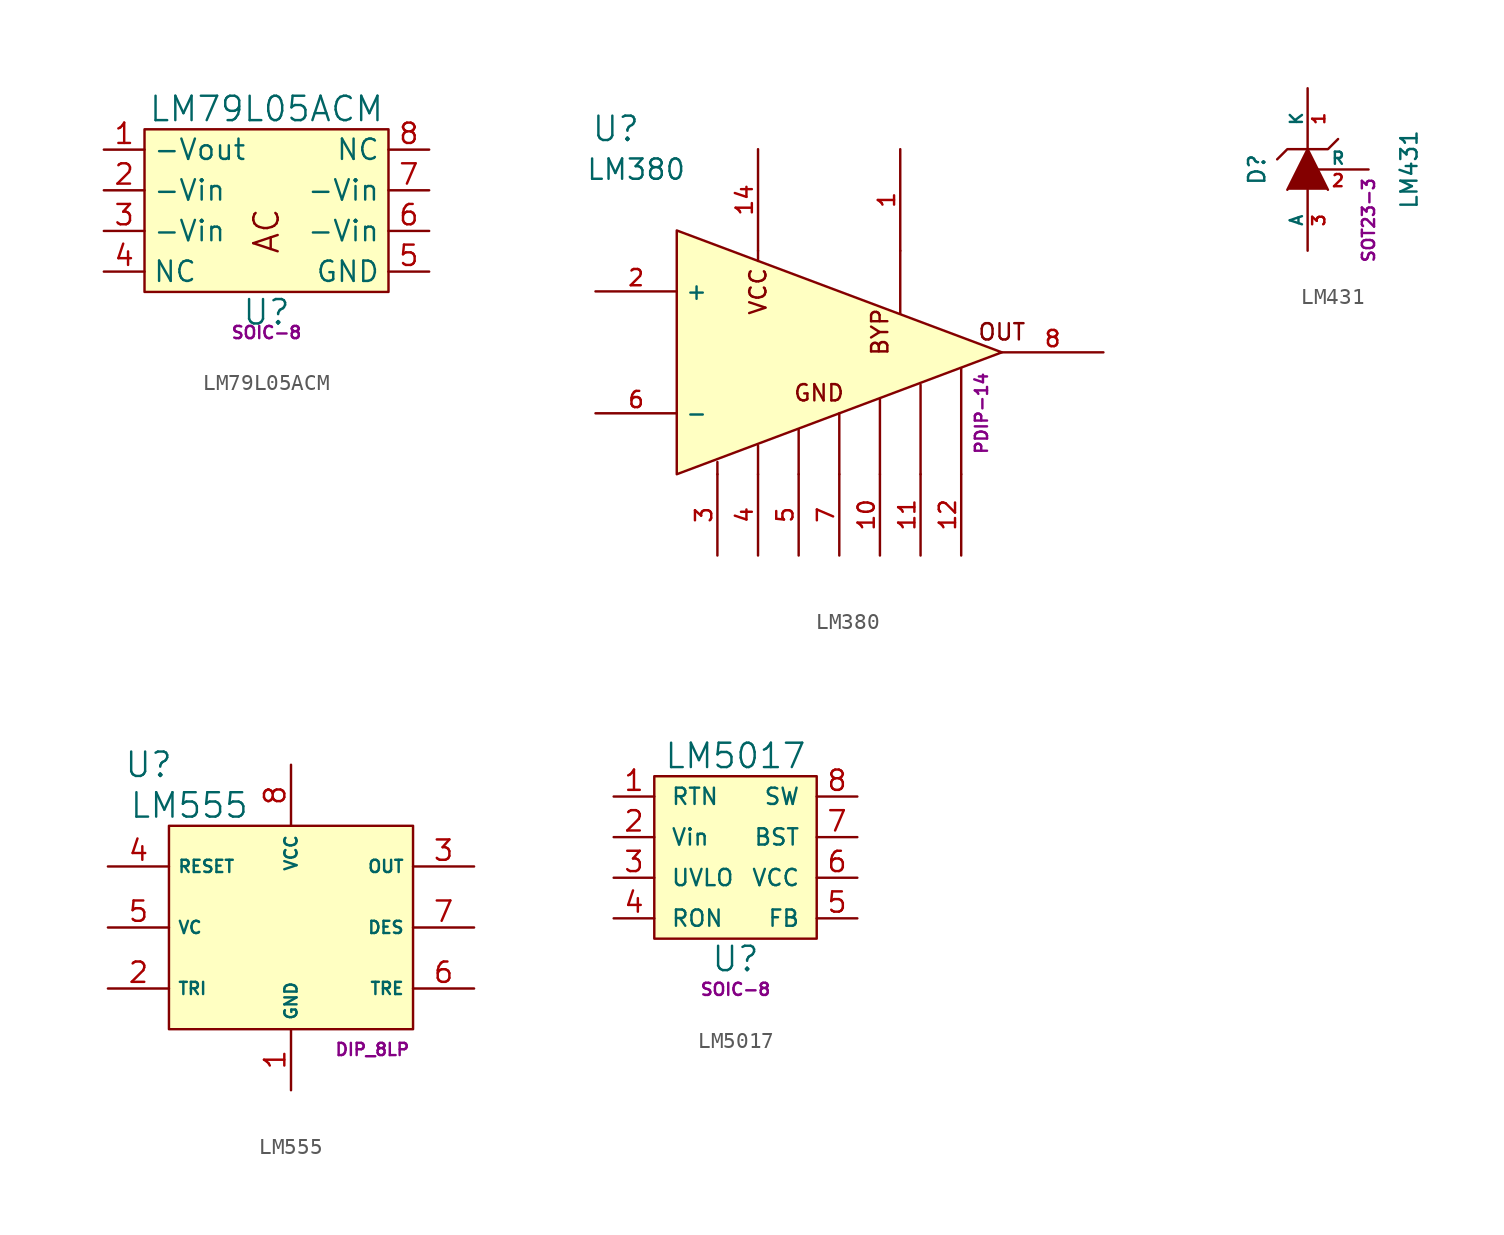
<source format=kicad_sym>
(kicad_symbol_lib
  (version 20220914)
  (generator kicad_symbol_editor)
  (symbol "LM79L05ACM"
    (property "Reference" "U"
      (at 0 -6.35 0)
      (effects (font (size 1.524 1.524))))
    (property "Value" "LM79L05ACM"
      (at 0 6.35 0)
      (effects (font (size 1.524 1.524))))
    (property "Footprint" "SOIC-8"
      (at 0 -7.62 0)
      (effects (font (size 0.762 0.762))))
    (property "Datasheet" ""
      (at 0 0 0)
      (effects (font (size 1.524 1.524))))
    (symbol "LM79L05ACM_0_0"
      (text "AC" (at 0 -1.27 900) (effects (font (size 1.524 1.524)))))
    (symbol "LM79L05ACM_0_1"
      (rectangle (start -7.62 5.08) (end 7.62 -5.08) (stroke (width 0) (type default)) (fill (type background))))
    (symbol "LM79L05ACM_1_1"
      (pin input line (at -10.16 3.81 0) (length 2.54) (name "-Vout" (effects (font (size 1.27 1.27)))) (number "1" (effects (font (size 1.27 1.27)))))
      (pin passive line (at -10.16 1.27 0) (length 2.54) (name "-Vin" (effects (font (size 1.27 1.27)))) (number "2" (effects (font (size 1.27 1.27)))))
      (pin input line (at -10.16 -1.27 0) (length 2.54) (name "-Vin" (effects (font (size 1.27 1.27)))) (number "3" (effects (font (size 1.27 1.27)))))
      (pin input line (at -10.16 -3.81 0) (length 2.54) (name "NC" (effects (font (size 1.27 1.27)))) (number "4" (effects (font (size 1.27 1.27)))))
      (pin input line (at 10.16 -3.81 180) (length 2.54) (name "GND" (effects (font (size 1.27 1.27)))) (number "5" (effects (font (size 1.27 1.27)))))
      (pin input line (at 10.16 -1.27 180) (length 2.54) (name "-Vin" (effects (font (size 1.27 1.27)))) (number "6" (effects (font (size 1.27 1.27)))))
      (pin input line (at 10.16 1.27 180) (length 2.54) (name "-Vin" (effects (font (size 1.27 1.27)))) (number "7" (effects (font (size 1.27 1.27)))))
      (pin input line (at 10.16 3.81 180) (length 2.54) (name "NC" (effects (font (size 1.27 1.27)))) (number "8" (effects (font (size 1.27 1.27)))))))
  (symbol "LM380"
    (property "Reference" "U"
      (at -13.97 13.97 0)
      (effects (font (size 1.524 1.524))))
    (property "Value" "LM380"
      (at -12.7 11.43 0)
      (effects (font (size 1.27 1.27))))
    (property "Footprint" "PDIP-14"
      (at 8.89 -3.81 90)
      (effects (font (size 0.762 0.762))))
    (property "Datasheet" ""
      (at 0 13.97 0)
      (effects (font (size 1.524 1.524))))
    (symbol "LM380_0_0"
      (text "BYP" (at 2.54 1.27 900) (effects (font (size 1.016 1.016))))
      (text "GND" (at -1.27 -2.54 0) (effects (font (size 1.016 1.016))))
      (text "OUT" (at 10.16 1.27 0) (effects (font (size 1.016 1.016))))
      (text "VCC" (at -5.08 3.81 900) (effects (font (size 1.016 1.016)))))
    (symbol "LM380_0_1"
      (polyline (pts (xy -7.62 -7.62) (xy -7.62 -6.858)) (stroke (width 0) (type default)) (fill (type none)))
      (polyline (pts (xy -5.08 -7.62) (xy -5.08 -5.842)) (stroke (width 0) (type default)) (fill (type none)))
      (polyline (pts (xy -5.08 6.35) (xy -5.08 5.715)) (stroke (width 0) (type default)) (fill (type none)))
      (polyline (pts (xy -2.54 -7.62) (xy -2.54 -4.826)) (stroke (width 0) (type default)) (fill (type none)))
      (polyline (pts (xy 0 -7.62) (xy 0 -3.81)) (stroke (width 0) (type default)) (fill (type none)))
      (polyline (pts (xy 2.54 -7.62) (xy 2.54 -2.921)) (stroke (width 0) (type default)) (fill (type none)))
      (polyline (pts (xy 3.81 6.35) (xy 3.81 2.413)) (stroke (width 0) (type default)) (fill (type none)))
      (polyline (pts (xy 5.08 -7.62) (xy 5.08 -2.032)) (stroke (width 0) (type default)) (fill (type none)))
      (polyline (pts (xy 7.62 -7.62) (xy 7.62 -1.016)) (stroke (width 0) (type default)) (fill (type none)))
      (polyline (pts (xy -10.16 0) (xy -10.16 -7.62) (xy 10.16 0) (xy -10.16 7.62) (xy -10.16 0)) (stroke (width 0) (type default)) (fill (type background)))
      (pin power_in line (at 3.81 12.7 270) (length 6.35) (name "~" (effects (font (size 1.016 1.016)))) (number "1" (effects (font (size 1.016 1.016)))))
      (pin power_in line (at 2.54 -12.7 90) (length 5.08) (name "~" (effects (font (size 1.016 1.016)))) (number "10" (effects (font (size 1.016 1.016)))))
      (pin power_in line (at 5.08 -12.7 90) (length 5.08) (name "~" (effects (font (size 1.016 1.016)))) (number "11" (effects (font (size 1.016 1.016)))))
      (pin power_in line (at 7.62 -12.7 90) (length 5.08) (name "~" (effects (font (size 1.016 1.016)))) (number "12" (effects (font (size 1.016 1.016)))))
      (pin power_in line (at -5.08 12.7 270) (length 6.35) (name "~" (effects (font (size 1.016 1.016)))) (number "14" (effects (font (size 1.016 1.016)))))
      (pin power_in line (at -15.24 3.81 0) (length 5.08) (name "+" (effects (font (size 1.016 1.016)))) (number "2" (effects (font (size 1.016 1.016)))))
      (pin power_in line (at -7.62 -12.7 90) (length 5.08) (name "~" (effects (font (size 1.016 1.016)))) (number "3" (effects (font (size 1.016 1.016)))))
      (pin power_in line (at -5.08 -12.7 90) (length 5.08) (name "~" (effects (font (size 1.016 1.016)))) (number "4" (effects (font (size 1.016 1.016)))))
      (pin power_in line (at -2.54 -12.7 90) (length 5.08) (name "~" (effects (font (size 1.016 1.016)))) (number "5" (effects (font (size 1.016 1.016)))))
      (pin power_in line (at -15.24 -3.81 0) (length 5.08) (name "-" (effects (font (size 1.016 1.016)))) (number "6" (effects (font (size 1.016 1.016)))))
      (pin power_in line (at 0 -12.7 90) (length 5.08) (name "~" (effects (font (size 1.016 1.016)))) (number "7" (effects (font (size 1.016 1.016)))))
      (pin power_in line (at 16.51 0 180) (length 6.35) (name "~" (effects (font (size 1.016 1.016)))) (number "8" (effects (font (size 1.016 1.016)))))))
  (symbol "LM431"
    (pin_names
      (offset 0))
    (property "Reference" "D"
      (at -3.175 0 90)
      (effects (font (size 1.016 1.016))))
    (property "Value" "LM431"
      (at 6.35 0 90)
      (effects (font (size 1.016 1.016))))
    (property "Footprint" "SOT23-3"
      (at 3.81 -3.175 90)
      (effects (font (size 0.762 0.762))))
    (property "Datasheet" ""
      (at 0 0 90)
      (effects (font (size 1.524 1.524))))
    (symbol "LM431_0_1"
      (polyline (pts (xy -1.27 -1.27) (xy 0 1.27) (xy 1.27 -1.27)) (stroke (width 0) (type default)) (fill (type outline)))
      (polyline (pts (xy 0 1.27) (xy -1.27 1.27) (xy -1.905 0.635)) (stroke (width 0) (type default)) (fill (type none)))
      (polyline (pts (xy 0 1.27) (xy 1.27 1.27) (xy 1.905 1.905)) (stroke (width 0) (type default)) (fill (type none))))
    (symbol "LM431_1_1"
      (pin passive line (at 0 5.08 270) (length 3.81) (name "K" (effects (font (size 0.762 0.762)))) (number "1" (effects (font (size 0.762 0.762)))))
      (pin passive line (at 3.81 0 180) (length 3.81) (name "R" (effects (font (size 0.762 0.762)))) (number "2" (effects (font (size 0.762 0.762)))))
      (pin passive line (at 0 -5.08 90) (length 3.81) (name "A" (effects (font (size 0.762 0.762)))) (number "3" (effects (font (size 0.762 0.762)))))))
  (symbol "LM555"
    (property "Reference" "U"
      (at -8.89 10.16 0)
      (effects (font (size 1.524 1.524))))
    (property "Value" "LM555"
      (at -6.35 7.62 0)
      (effects (font (size 1.524 1.524))))
    (property "Footprint" "DIP_8LP"
      (at 5.08 -7.62 0)
      (effects (font (size 0.762 0.762))))
    (property "Datasheet" ""
      (at 0 0 0)
      (effects (font (size 1.524 1.524))))
    (symbol "LM555_0_1"
      (rectangle (start -7.62 6.35) (end 7.62 -6.35) (stroke (width 0) (type default)) (fill (type background))))
    (symbol "LM555_1_1"
      (pin power_in line (at 0 -10.16 90) (length 3.81) (name "GND" (effects (font (size 0.762 0.762)))) (number "1" (effects (font (size 1.27 1.27)))))
      (pin input line (at -11.43 -3.81 0) (length 3.81) (name "TRI" (effects (font (size 0.762 0.762)))) (number "2" (effects (font (size 1.27 1.27)))))
      (pin output line (at 11.43 3.81 180) (length 3.81) (name "OUT" (effects (font (size 0.762 0.762)))) (number "3" (effects (font (size 1.27 1.27)))))
      (pin input line (at -11.43 3.81 0) (length 3.81) (name "RESET" (effects (font (size 0.762 0.762)))) (number "4" (effects (font (size 1.27 1.27)))))
      (pin input line (at -11.43 0 0) (length 3.81) (name "VC" (effects (font (size 0.762 0.762)))) (number "5" (effects (font (size 1.27 1.27)))))
      (pin input line (at 11.43 -3.81 180) (length 3.81) (name "TRE" (effects (font (size 0.762 0.762)))) (number "6" (effects (font (size 1.27 1.27)))))
      (pin input line (at 11.43 0 180) (length 3.81) (name "DES" (effects (font (size 0.762 0.762)))) (number "7" (effects (font (size 1.27 1.27)))))
      (pin power_in line (at 0 10.16 270) (length 3.81) (name "VCC" (effects (font (size 0.762 0.762)))) (number "8" (effects (font (size 1.27 1.27)))))))
  (symbol "LM5017"
    (pin_names
      (offset 1.016))
    (property "Reference" "U"
      (at 0 -6.35 0)
      (effects (font (size 1.524 1.524))))
    (property "Value" "LM5017"
      (at 0 6.35 0)
      (effects (font (size 1.524 1.524))))
    (property "Footprint" "SOIC-8"
      (at 0 -8.255 0)
      (effects (font (size 0.762 0.762))))
    (property "Datasheet" ""
      (at 0 0 0)
      (effects (font (size 1.524 1.524))))
    (symbol "LM5017_0_1"
      (rectangle (start -5.08 5.08) (end 5.08 -5.08) (stroke (width 0) (type default)) (fill (type background))))
    (symbol "LM5017_1_1"
      (pin bidirectional line (at -7.62 3.81 0) (length 2.54) (name "RTN" (effects (font (size 1.016 1.016)))) (number "1" (effects (font (size 1.27 1.27)))))
      (pin bidirectional line (at -7.62 1.27 0) (length 2.54) (name "Vin" (effects (font (size 1.016 1.016)))) (number "2" (effects (font (size 1.27 1.27)))))
      (pin bidirectional line (at -7.62 -1.27 0) (length 2.54) (name "UVLO" (effects (font (size 1.016 1.016)))) (number "3" (effects (font (size 1.27 1.27)))))
      (pin bidirectional line (at -7.62 -3.81 0) (length 2.54) (name "RON" (effects (font (size 1.016 1.016)))) (number "4" (effects (font (size 1.27 1.27)))))
      (pin bidirectional line (at 7.62 -3.81 180) (length 2.54) (name "FB" (effects (font (size 1.016 1.016)))) (number "5" (effects (font (size 1.27 1.27)))))
      (pin bidirectional line (at 7.62 -1.27 180) (length 2.54) (name "VCC" (effects (font (size 1.016 1.016)))) (number "6" (effects (font (size 1.27 1.27)))))
      (pin bidirectional line (at 7.62 1.27 180) (length 2.54) (name "BST" (effects (font (size 1.016 1.016)))) (number "7" (effects (font (size 1.27 1.27)))))
      (pin bidirectional line (at 7.62 3.81 180) (length 2.54) (name "SW" (effects (font (size 1.016 1.016)))) (number "8" (effects (font (size 1.27 1.27))))))))
</source>
